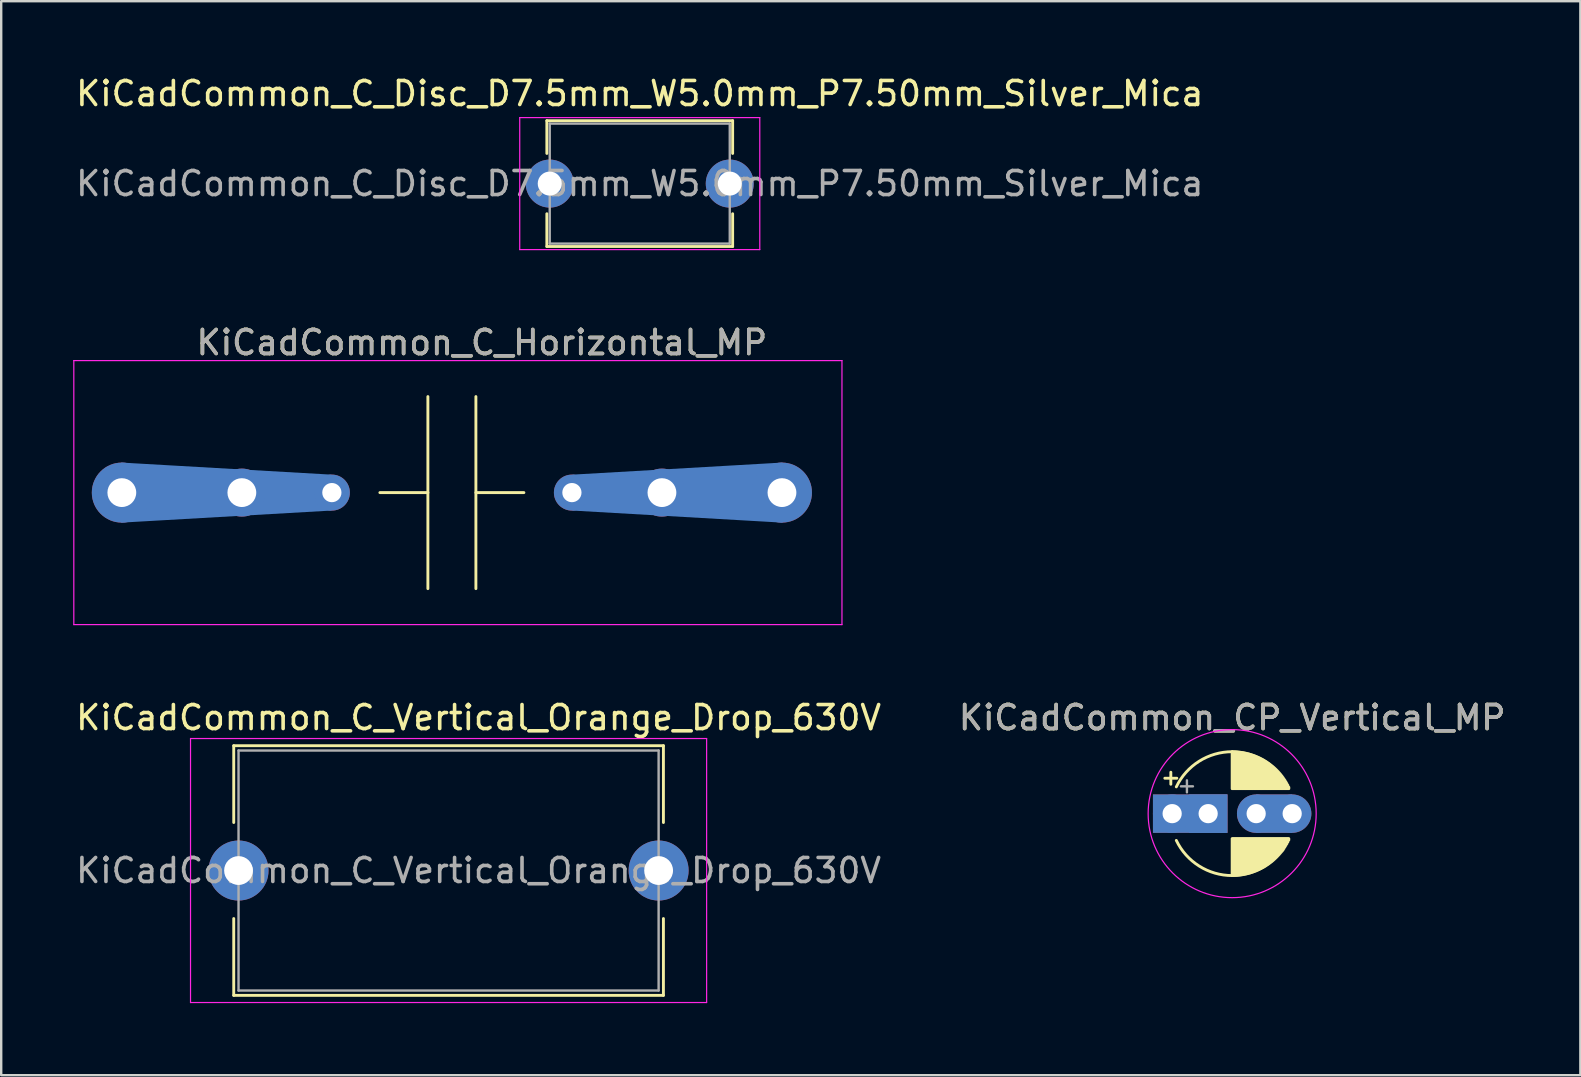
<source format=kicad_pcb>
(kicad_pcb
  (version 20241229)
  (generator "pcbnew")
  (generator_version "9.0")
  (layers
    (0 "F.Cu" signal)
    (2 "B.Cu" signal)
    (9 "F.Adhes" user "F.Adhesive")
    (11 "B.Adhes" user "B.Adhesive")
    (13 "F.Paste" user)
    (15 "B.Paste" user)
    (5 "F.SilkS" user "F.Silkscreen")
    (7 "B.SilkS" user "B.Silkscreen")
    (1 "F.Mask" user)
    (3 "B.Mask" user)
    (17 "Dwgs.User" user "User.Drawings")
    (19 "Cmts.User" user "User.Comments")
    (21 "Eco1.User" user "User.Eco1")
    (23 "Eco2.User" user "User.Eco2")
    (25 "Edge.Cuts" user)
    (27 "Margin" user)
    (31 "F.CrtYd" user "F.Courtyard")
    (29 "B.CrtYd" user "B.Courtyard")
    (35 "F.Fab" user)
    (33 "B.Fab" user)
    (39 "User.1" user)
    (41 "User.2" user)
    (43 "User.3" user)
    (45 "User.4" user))
  (footprint "KiCadCommon_CP_Vertical_MP"
    (layer "F.Cu")
    (at 47.28 30.845)
    (property "Reference" "KiCadCommon_CP_Vertical_MP" (at 1 -4 0) (layer "F.SilkS") (effects (font (size 1 1) (thickness 0.15))))
    (attr through_hole)
    (fp_poly (pts (xy 0.8 0.8) (xy -2.3 0.8) (xy -2.3 -0.8) (xy 0.8 -0.8)) (stroke (width 0) (type solid)) (fill yes) (layer "F.Cu"))
    (fp_poly (pts (xy 3.5 0.8) (xy 2 0.8) (xy 2 -0.8) (xy 3.5 -0.8)) (stroke (width 0) (type solid)) (fill yes) (layer "F.Cu"))
    (fp_poly (pts (xy 0.8 0.8) (xy -2.3 0.8) (xy -2.3 -0.8) (xy 0.8 -0.8)) (stroke (width 0) (type solid)) (fill yes) (layer "F.Mask"))
    (fp_poly (pts (xy 3.48 0.8) (xy 1.98 0.8) (xy 1.98 -0.8) (xy 3.48 -0.8)) (stroke (width 0) (type solid)) (fill yes) (layer "F.Mask"))
    (fp_poly (pts (xy 0.8 0.8) (xy -2.3 0.8) (xy -2.3 -0.8) (xy 0.8 -0.8)) (stroke (width 0) (type solid)) (fill yes) (layer "B.Cu"))
    (fp_poly (pts (xy 3.5 0.8) (xy 2 0.8) (xy 2 -0.8) (xy 3.5 -0.8)) (stroke (width 0) (type solid)) (fill yes) (layer "B.Cu"))
    (fp_line (start -1.805 -1.475) (end -1.305 -1.475) (stroke (width 0.12) (type solid)) (layer "F.SilkS"))
    (fp_line (start -1.555 -1.725) (end -1.555 -1.225) (stroke (width 0.12) (type solid)) (layer "F.SilkS"))
    (fp_line (start 1 -2.58) (end 1 -1.04) (stroke (width 0.12) (type solid)) (layer "F.SilkS"))
    (fp_line (start 1 1.04) (end 1 2.58) (stroke (width 0.12) (type solid)) (layer "F.SilkS"))
    (fp_line (start 1.04 -2.58) (end 1.04 -1.04) (stroke (width 0.12) (type solid)) (layer "F.SilkS"))
    (fp_line (start 1.04 1.04) (end 1.04 2.58) (stroke (width 0.12) (type solid)) (layer "F.SilkS"))
    (fp_line (start 1.08 -2.579) (end 1.08 -1.04) (stroke (width 0.12) (type solid)) (layer "F.SilkS"))
    (fp_line (start 1.08 1.04) (end 1.08 2.579) (stroke (width 0.12) (type solid)) (layer "F.SilkS"))
    (fp_line (start 1.12 -2.578) (end 1.12 -1.04) (stroke (width 0.12) (type solid)) (layer "F.SilkS"))
    (fp_line (start 1.12 1.04) (end 1.12 2.578) (stroke (width 0.12) (type solid)) (layer "F.SilkS"))
    (fp_line (start 1.16 -2.576) (end 1.16 -1.04) (stroke (width 0.12) (type solid)) (layer "F.SilkS"))
    (fp_line (start 1.16 1.04) (end 1.16 2.576) (stroke (width 0.12) (type solid)) (layer "F.SilkS"))
    (fp_line (start 1.2 -2.573) (end 1.2 -1.04) (stroke (width 0.12) (type solid)) (layer "F.SilkS"))
    (fp_line (start 1.2 1.04) (end 1.2 2.573) (stroke (width 0.12) (type solid)) (layer "F.SilkS"))
    (fp_line (start 1.24 -2.569) (end 1.24 -1.04) (stroke (width 0.12) (type solid)) (layer "F.SilkS"))
    (fp_line (start 1.24 1.04) (end 1.24 2.569) (stroke (width 0.12) (type solid)) (layer "F.SilkS"))
    (fp_line (start 1.28 -2.565) (end 1.28 -1.04) (stroke (width 0.12) (type solid)) (layer "F.SilkS"))
    (fp_line (start 1.28 1.04) (end 1.28 2.565) (stroke (width 0.12) (type solid)) (layer "F.SilkS"))
    (fp_line (start 1.32 -2.561) (end 1.32 -1.04) (stroke (width 0.12) (type solid)) (layer "F.SilkS"))
    (fp_line (start 1.32 1.04) (end 1.32 2.561) (stroke (width 0.12) (type solid)) (layer "F.SilkS"))
    (fp_line (start 1.36 -2.556) (end 1.36 -1.04) (stroke (width 0.12) (type solid)) (layer "F.SilkS"))
    (fp_line (start 1.36 1.04) (end 1.36 2.556) (stroke (width 0.12) (type solid)) (layer "F.SilkS"))
    (fp_line (start 1.4 -2.55) (end 1.4 -1.04) (stroke (width 0.12) (type solid)) (layer "F.SilkS"))
    (fp_line (start 1.4 1.04) (end 1.4 2.55) (stroke (width 0.12) (type solid)) (layer "F.SilkS"))
    (fp_line (start 1.44 -2.543) (end 1.44 -1.04) (stroke (width 0.12) (type solid)) (layer "F.SilkS"))
    (fp_line (start 1.44 1.04) (end 1.44 2.543) (stroke (width 0.12) (type solid)) (layer "F.SilkS"))
    (fp_line (start 1.48 -2.536) (end 1.48 -1.04) (stroke (width 0.12) (type solid)) (layer "F.SilkS"))
    (fp_line (start 1.48 1.04) (end 1.48 2.536) (stroke (width 0.12) (type solid)) (layer "F.SilkS"))
    (fp_line (start 1.52 -2.528) (end 1.52 -1.04) (stroke (width 0.12) (type solid)) (layer "F.SilkS"))
    (fp_line (start 1.52 1.04) (end 1.52 2.528) (stroke (width 0.12) (type solid)) (layer "F.SilkS"))
    (fp_line (start 1.56 -2.52) (end 1.56 -1.04) (stroke (width 0.12) (type solid)) (layer "F.SilkS"))
    (fp_line (start 1.56 1.04) (end 1.56 2.52) (stroke (width 0.12) (type solid)) (layer "F.SilkS"))
    (fp_line (start 1.6 -2.511) (end 1.6 -1.04) (stroke (width 0.12) (type solid)) (layer "F.SilkS"))
    (fp_line (start 1.6 1.04) (end 1.6 2.511) (stroke (width 0.12) (type solid)) (layer "F.SilkS"))
    (fp_line (start 1.64 -2.501) (end 1.64 -1.04) (stroke (width 0.12) (type solid)) (layer "F.SilkS"))
    (fp_line (start 1.64 1.04) (end 1.64 2.501) (stroke (width 0.12) (type solid)) (layer "F.SilkS"))
    (fp_line (start 1.68 -2.491) (end 1.68 -1.04) (stroke (width 0.12) (type solid)) (layer "F.SilkS"))
    (fp_line (start 1.68 1.04) (end 1.68 2.491) (stroke (width 0.12) (type solid)) (layer "F.SilkS"))
    (fp_line (start 1.721 -2.48) (end 1.721 -1.04) (stroke (width 0.12) (type solid)) (layer "F.SilkS"))
    (fp_line (start 1.721 1.04) (end 1.721 2.48) (stroke (width 0.12) (type solid)) (layer "F.SilkS"))
    (fp_line (start 1.761 -2.468) (end 1.761 -1.04) (stroke (width 0.12) (type solid)) (layer "F.SilkS"))
    (fp_line (start 1.761 1.04) (end 1.761 2.468) (stroke (width 0.12) (type solid)) (layer "F.SilkS"))
    (fp_line (start 1.801 -2.455) (end 1.801 -1.04) (stroke (width 0.12) (type solid)) (layer "F.SilkS"))
    (fp_line (start 1.801 1.04) (end 1.801 2.455) (stroke (width 0.12) (type solid)) (layer "F.SilkS"))
    (fp_line (start 1.841 -2.442) (end 1.841 -1.04) (stroke (width 0.12) (type solid)) (layer "F.SilkS"))
    (fp_line (start 1.841 1.04) (end 1.841 2.442) (stroke (width 0.12) (type solid)) (layer "F.SilkS"))
    (fp_line (start 1.881 -2.428) (end 1.881 -1.04) (stroke (width 0.12) (type solid)) (layer "F.SilkS"))
    (fp_line (start 1.881 1.04) (end 1.881 2.428) (stroke (width 0.12) (type solid)) (layer "F.SilkS"))
    (fp_line (start 1.921 -2.414) (end 1.921 -1.04) (stroke (width 0.12) (type solid)) (layer "F.SilkS"))
    (fp_line (start 1.921 1.04) (end 1.921 2.414) (stroke (width 0.12) (type solid)) (layer "F.SilkS"))
    (fp_line (start 1.961 -2.398) (end 1.961 -1.04) (stroke (width 0.12) (type solid)) (layer "F.SilkS"))
    (fp_line (start 1.961 1.04) (end 1.961 2.398) (stroke (width 0.12) (type solid)) (layer "F.SilkS"))
    (fp_line (start 2.001 -2.382) (end 2.001 -1.04) (stroke (width 0.12) (type solid)) (layer "F.SilkS"))
    (fp_line (start 2.001 1.04) (end 2.001 2.382) (stroke (width 0.12) (type solid)) (layer "F.SilkS"))
    (fp_line (start 2.041 -2.365) (end 2.041 -1.04) (stroke (width 0.12) (type solid)) (layer "F.SilkS"))
    (fp_line (start 2.041 1.04) (end 2.041 2.365) (stroke (width 0.12) (type solid)) (layer "F.SilkS"))
    (fp_line (start 2.081 -2.348) (end 2.081 -1.04) (stroke (width 0.12) (type solid)) (layer "F.SilkS"))
    (fp_line (start 2.081 1.04) (end 2.081 2.348) (stroke (width 0.12) (type solid)) (layer "F.SilkS"))
    (fp_line (start 2.121 -2.329) (end 2.121 -1.04) (stroke (width 0.12) (type solid)) (layer "F.SilkS"))
    (fp_line (start 2.121 1.04) (end 2.121 2.329) (stroke (width 0.12) (type solid)) (layer "F.SilkS"))
    (fp_line (start 2.161 -2.31) (end 2.161 -1.04) (stroke (width 0.12) (type solid)) (layer "F.SilkS"))
    (fp_line (start 2.161 1.04) (end 2.161 2.31) (stroke (width 0.12) (type solid)) (layer "F.SilkS"))
    (fp_line (start 2.201 -2.29) (end 2.201 -1.04) (stroke (width 0.12) (type solid)) (layer "F.SilkS"))
    (fp_line (start 2.201 1.04) (end 2.201 2.29) (stroke (width 0.12) (type solid)) (layer "F.SilkS"))
    (fp_line (start 2.241 -2.268) (end 2.241 -1.04) (stroke (width 0.12) (type solid)) (layer "F.SilkS"))
    (fp_line (start 2.241 1.04) (end 2.241 2.268) (stroke (width 0.12) (type solid)) (layer "F.SilkS"))
    (fp_line (start 2.281 -2.247) (end 2.281 -1.04) (stroke (width 0.12) (type solid)) (layer "F.SilkS"))
    (fp_line (start 2.281 1.04) (end 2.281 2.247) (stroke (width 0.12) (type solid)) (layer "F.SilkS"))
    (fp_line (start 2.321 -2.224) (end 2.321 -1.04) (stroke (width 0.12) (type solid)) (layer "F.SilkS"))
    (fp_line (start 2.321 1.04) (end 2.321 2.224) (stroke (width 0.12) (type solid)) (layer "F.SilkS"))
    (fp_line (start 2.361 -2.2) (end 2.361 -1.04) (stroke (width 0.12) (type solid)) (layer "F.SilkS"))
    (fp_line (start 2.361 1.04) (end 2.361 2.2) (stroke (width 0.12) (type solid)) (layer "F.SilkS"))
    (fp_line (start 2.401 -2.175) (end 2.401 -1.04) (stroke (width 0.12) (type solid)) (layer "F.SilkS"))
    (fp_line (start 2.401 1.04) (end 2.401 2.175) (stroke (width 0.12) (type solid)) (layer "F.SilkS"))
    (fp_line (start 2.441 -2.149) (end 2.441 -1.04) (stroke (width 0.12) (type solid)) (layer "F.SilkS"))
    (fp_line (start 2.441 1.04) (end 2.441 2.149) (stroke (width 0.12) (type solid)) (layer "F.SilkS"))
    (fp_line (start 2.481 -2.122) (end 2.481 -1.04) (stroke (width 0.12) (type solid)) (layer "F.SilkS"))
    (fp_line (start 2.481 1.04) (end 2.481 2.122) (stroke (width 0.12) (type solid)) (layer "F.SilkS"))
    (fp_line (start 2.521 -2.095) (end 2.521 -1.04) (stroke (width 0.12) (type solid)) (layer "F.SilkS"))
    (fp_line (start 2.521 1.04) (end 2.521 2.095) (stroke (width 0.12) (type solid)) (layer "F.SilkS"))
    (fp_line (start 2.561 -2.065) (end 2.561 -1.04) (stroke (width 0.12) (type solid)) (layer "F.SilkS"))
    (fp_line (start 2.561 1.04) (end 2.561 2.065) (stroke (width 0.12) (type solid)) (layer "F.SilkS"))
    (fp_line (start 2.601 -2.035) (end 2.601 -1.04) (stroke (width 0.12) (type solid)) (layer "F.SilkS"))
    (fp_line (start 2.601 1.04) (end 2.601 2.035) (stroke (width 0.12) (type solid)) (layer "F.SilkS"))
    (fp_line (start 2.641 -2.004) (end 2.641 -1.04) (stroke (width 0.12) (type solid)) (layer "F.SilkS"))
    (fp_line (start 2.641 1.04) (end 2.641 2.004) (stroke (width 0.12) (type solid)) (layer "F.SilkS"))
    (fp_line (start 2.681 -1.971) (end 2.681 -1.04) (stroke (width 0.12) (type solid)) (layer "F.SilkS"))
    (fp_line (start 2.681 1.04) (end 2.681 1.971) (stroke (width 0.12) (type solid)) (layer "F.SilkS"))
    (fp_line (start 2.721 -1.937) (end 2.721 -1.04) (stroke (width 0.12) (type solid)) (layer "F.SilkS"))
    (fp_line (start 2.721 1.04) (end 2.721 1.937) (stroke (width 0.12) (type solid)) (layer "F.SilkS"))
    (fp_line (start 2.761 -1.901) (end 2.761 -1.04) (stroke (width 0.12) (type solid)) (layer "F.SilkS"))
    (fp_line (start 2.761 1.04) (end 2.761 1.901) (stroke (width 0.12) (type solid)) (layer "F.SilkS"))
    (fp_line (start 2.801 -1.864) (end 2.801 -1.04) (stroke (width 0.12) (type solid)) (layer "F.SilkS"))
    (fp_line (start 2.801 1.04) (end 2.801 1.864) (stroke (width 0.12) (type solid)) (layer "F.SilkS"))
    (fp_line (start 2.841 -1.826) (end 2.841 -1.04) (stroke (width 0.12) (type solid)) (layer "F.SilkS"))
    (fp_line (start 2.841 1.04) (end 2.841 1.826) (stroke (width 0.12) (type solid)) (layer "F.SilkS"))
    (fp_line (start 2.881 -1.785) (end 2.881 -1.04) (stroke (width 0.12) (type solid)) (layer "F.SilkS"))
    (fp_line (start 2.881 1.04) (end 2.881 1.785) (stroke (width 0.12) (type solid)) (layer "F.SilkS"))
    (fp_line (start 2.921 -1.743) (end 2.921 -1.04) (stroke (width 0.12) (type solid)) (layer "F.SilkS"))
    (fp_line (start 2.921 1.04) (end 2.921 1.743) (stroke (width 0.12) (type solid)) (layer "F.SilkS"))
    (fp_line (start 2.961 -1.699) (end 2.961 -1.04) (stroke (width 0.12) (type solid)) (layer "F.SilkS"))
    (fp_line (start 2.961 1.04) (end 2.961 1.699) (stroke (width 0.12) (type solid)) (layer "F.SilkS"))
    (fp_line (start 3.001 -1.653) (end 3.001 -1.04) (stroke (width 0.12) (type solid)) (layer "F.SilkS"))
    (fp_line (start 3.001 1.04) (end 3.001 1.653) (stroke (width 0.12) (type solid)) (layer "F.SilkS"))
    (fp_line (start 3.04 1.04) (end 3.04 1.607) (stroke (width 0.12) (type solid)) (layer "F.SilkS"))
    (fp_line (start 3.041 -1.605) (end 3.041 -1.04) (stroke (width 0.12) (type solid)) (layer "F.SilkS"))
    (fp_line (start 3.08 1.04) (end 3.08 1.561) (stroke (width 0.12) (type solid)) (layer "F.SilkS"))
    (fp_line (start 3.081 -1.554) (end 3.081 -1.04) (stroke (width 0.12) (type solid)) (layer "F.SilkS"))
    (fp_line (start 3.12 1.04) (end 3.12 1.515) (stroke (width 0.12) (type solid)) (layer "F.SilkS"))
    (fp_line (start 3.121 -1.5) (end 3.121 -1.04) (stroke (width 0.12) (type solid)) (layer "F.SilkS"))
    (fp_line (start 3.16 1.04) (end 3.16 1.45) (stroke (width 0.12) (type solid)) (layer "F.SilkS"))
    (fp_line (start 3.161 -1.443) (end 3.161 -1.04) (stroke (width 0.12) (type solid)) (layer "F.SilkS"))
    (fp_line (start 3.2 1.04) (end 3.2 1.383) (stroke (width 0.12) (type solid)) (layer "F.SilkS"))
    (fp_line (start 3.201 -1.383) (end 3.201 -1.04) (stroke (width 0.12) (type solid)) (layer "F.SilkS"))
    (fp_line (start 3.24 1.04) (end 3.24 1.319) (stroke (width 0.12) (type solid)) (layer "F.SilkS"))
    (fp_line (start 3.241 -1.319) (end 3.241 -1.04) (stroke (width 0.12) (type solid)) (layer "F.SilkS"))
    (fp_line (start 3.28 1.04) (end 3.28 1.251) (stroke (width 0.12) (type solid)) (layer "F.SilkS"))
    (fp_line (start 3.281 -1.251) (end 3.281 -1.04) (stroke (width 0.12) (type solid)) (layer "F.SilkS"))
    (fp_line (start 3.32 1.04) (end 3.32 1.178) (stroke (width 0.12) (type solid)) (layer "F.SilkS"))
    (fp_line (start 3.321 -1.178) (end 3.321 -1.04) (stroke (width 0.12) (type solid)) (layer "F.SilkS"))
    (fp_line (start 3.36 1.04) (end 3.36 1.098) (stroke (width 0.12) (type solid)) (layer "F.SilkS"))
    (fp_line (start 3.361 -1.098) (end 3.361 -1.04) (stroke (width 0.12) (type solid)) (layer "F.SilkS"))
    (fp_arc (start -1.326388 -1.11549) (mid -0.374488 -2.183388) (end 1 -2.58) (stroke (width 0.12) (type solid)) (layer "F.SilkS"))
    (fp_arc (start 1 2.58) (mid -0.374821 2.183178) (end -1.326728 1.114781) (stroke (width 0.12) (type solid)) (layer "F.SilkS"))
    (fp_circle (center 1 0) (end 4.5 0) (stroke (width 0.05) (type solid)) (fill no) (layer "F.CrtYd"))
    (fp_line (start -1.134 -1.137) (end -0.634 -1.137) (stroke (width 0.1) (type solid)) (layer "F.Fab"))
    (fp_line (start -0.884 -1.387) (end -0.884 -0.887) (stroke (width 0.1) (type solid)) (layer "F.Fab"))
    (fp_text user "${REFERENCE}" (at 1 -4 0) (layer "F.Fab") (effects (font (size 1 1) (thickness 0.15))))
    (pad "" thru_hole rect (at 0 0) (size 1.6 1.6) (drill 0.8) (layers "*.Cu" "*.Mask"))
    (pad "" thru_hole circle (at 2 0) (size 1.6 1.6) (drill 0.8) (layers "*.Cu" "*.Mask"))
    (pad "1" thru_hole circle (at -1.5 0) (size 1.6 1.6) (drill 0.8) (layers "*.Cu" "*.Mask"))
    (pad "2" thru_hole circle (at 3.5 0) (size 1.6 1.6) (drill 0.8) (layers "*.Cu" "*.Mask")))
  (footprint "KiCadCommon_C_Disc_D7.5mm_W5.0mm_P7.50mm_Silver_Mica"
    (layer "F.Cu")
    (at 19.851 4.598)
    (property "Reference" "KiCadCommon_C_Disc_D7.5mm_W5.0mm_P7.50mm_Silver_Mica" (at 3.75 -3.75 0) (layer "F.SilkS") (effects (font (size 1 1) (thickness 0.15))))
    (attr through_hole)
    (fp_line (start -0.12 -2.62) (end -0.12 -1.256) (stroke (width 0.12) (type solid)) (layer "F.SilkS"))
    (fp_line (start -0.12 -2.62) (end 7.62 -2.62) (stroke (width 0.12) (type solid)) (layer "F.SilkS"))
    (fp_line (start -0.12 1.256) (end -0.12 2.62) (stroke (width 0.12) (type solid)) (layer "F.SilkS"))
    (fp_line (start -0.12 2.62) (end 7.62 2.62) (stroke (width 0.12) (type solid)) (layer "F.SilkS"))
    (fp_line (start 7.62 -2.62) (end 7.62 -1.256) (stroke (width 0.12) (type solid)) (layer "F.SilkS"))
    (fp_line (start 7.62 1.256) (end 7.62 2.62) (stroke (width 0.12) (type solid)) (layer "F.SilkS"))
    (fp_line (start -1.25 -2.75) (end -1.25 2.75) (stroke (width 0.05) (type solid)) (layer "F.CrtYd"))
    (fp_line (start -1.25 2.75) (end 8.75 2.75) (stroke (width 0.05) (type solid)) (layer "F.CrtYd"))
    (fp_line (start 8.75 -2.75) (end -1.25 -2.75) (stroke (width 0.05) (type solid)) (layer "F.CrtYd"))
    (fp_line (start 8.75 2.75) (end 8.75 -2.75) (stroke (width 0.05) (type solid)) (layer "F.CrtYd"))
    (fp_line (start 0 -2.5) (end 0 2.5) (stroke (width 0.1) (type solid)) (layer "F.Fab"))
    (fp_line (start 0 2.5) (end 7.5 2.5) (stroke (width 0.1) (type solid)) (layer "F.Fab"))
    (fp_line (start 7.5 -2.5) (end 0 -2.5) (stroke (width 0.1) (type solid)) (layer "F.Fab"))
    (fp_line (start 7.5 2.5) (end 7.5 -2.5) (stroke (width 0.1) (type solid)) (layer "F.Fab"))
    (fp_text user "${REFERENCE}" (at 3.75 0 0) (layer "F.Fab") (effects (font (size 1 1) (thickness 0.15))))
    (pad "1" thru_hole circle (at 0 0) (size 2 2) (drill 1) (layers "*.Cu" "*.Mask"))
    (pad "2" thru_hole circle (at 7.5 0) (size 2 2) (drill 1) (layers "*.Cu" "*.Mask")))
  (footprint "KiCadCommon_C_Vertical_Orange_Drop_630V"
    (layer "F.Cu")
    (at 6.887 33.215)
    (property "Reference" "KiCadCommon_C_Vertical_Orange_Drop_630V" (at 10 -6.37 0) (layer "F.SilkS") (effects (font (size 1 1) (thickness 0.15))))
    (attr through_hole)
    (fp_line (start -0.2 -2) (end -0.2 -5.2) (stroke (width 0.12) (type solid)) (layer "F.SilkS"))
    (fp_line (start -0.2 5.2) (end -0.2 2) (stroke (width 0.12) (type solid)) (layer "F.SilkS"))
    (fp_line (start -0.2 5.2) (end 17.7 5.2) (stroke (width 0.12) (type solid)) (layer "F.SilkS"))
    (fp_line (start 17.7 -5.2) (end -0.2 -5.2) (stroke (width 0.12) (type solid)) (layer "F.SilkS"))
    (fp_line (start 17.7 -2) (end 17.7 -5.2) (stroke (width 0.12) (type solid)) (layer "F.SilkS"))
    (fp_line (start 17.7 5.2) (end 17.7 2) (stroke (width 0.12) (type solid)) (layer "F.SilkS"))
    (fp_line (start -2 -5.5) (end -2 5.5) (stroke (width 0.05) (type solid)) (layer "F.CrtYd"))
    (fp_line (start -2 5.5) (end 19.5 5.5) (stroke (width 0.05) (type solid)) (layer "F.CrtYd"))
    (fp_line (start 19.5 -5.5) (end -2 -5.5) (stroke (width 0.05) (type solid)) (layer "F.CrtYd"))
    (fp_line (start 19.5 5.5) (end 19.5 -5.5) (stroke (width 0.05) (type solid)) (layer "F.CrtYd"))
    (fp_line (start 0 5) (end 0 -5) (stroke (width 0.1) (type solid)) (layer "F.Fab"))
    (fp_line (start 0 5) (end 17.5 5) (stroke (width 0.1) (type solid)) (layer "F.Fab"))
    (fp_line (start 17.5 -5) (end 0 -5) (stroke (width 0.1) (type solid)) (layer "F.Fab"))
    (fp_line (start 17.5 5) (end 17.5 -5) (stroke (width 0.1) (type solid)) (layer "F.Fab"))
    (fp_text user "${REFERENCE}" (at 10 0 0) (layer "F.Fab") (effects (font (size 1 1) (thickness 0.15))))
    (pad "1" thru_hole circle (at 0 0) (size 2.5 2.5) (drill 1.2) (layers "*.Cu" "*.Mask"))
    (pad "2" thru_hole circle (at 17.5 0) (size 2.5 2.5) (drill 1.2) (layers "*.Cu" "*.Mask")))
  (footprint "KiCadCommon_C_Horizontal_MP"
    (layer "F.Cu")
    (at 2.025 17.471)
    (property "Reference" "KiCadCommon_C_Horizontal_MP" (at 15 -6.25 0) (layer "F.SilkS") (effects (font (size 1 1) (thickness 0.15))))
    (attr through_hole)
    (fp_poly (pts (xy 0 1.2) (xy 8.7 0.7) (xy 8.7 -0.7) (xy 0 -1.2)) (stroke (width 0.1) (type solid)) (fill yes) (layer "B.Cu"))
    (fp_poly (pts (xy 27.5 1.2) (xy 18.8 0.7) (xy 18.8 -0.7) (xy 27.5 -1.2)) (stroke (width 0.1) (type solid)) (fill yes) (layer "B.Cu"))
    (fp_line (start 12.75 -4) (end 12.75 4) (stroke (width 0.12) (type solid)) (layer "F.SilkS"))
    (fp_line (start 12.75 0) (end 10.75 0) (stroke (width 0.12) (type solid)) (layer "F.SilkS"))
    (fp_line (start 14.75 -4) (end 14.75 4) (stroke (width 0.12) (type solid)) (layer "F.SilkS"))
    (fp_line (start 14.75 0) (end 16.75 0) (stroke (width 0.12) (type solid)) (layer "F.SilkS"))
    (fp_line (start -2 -5.5) (end -2 5.5) (stroke (width 0.05) (type solid)) (layer "F.CrtYd"))
    (fp_line (start -2 5.5) (end 30 5.5) (stroke (width 0.05) (type solid)) (layer "F.CrtYd"))
    (fp_line (start 30 -5.5) (end -2 -5.5) (stroke (width 0.05) (type solid)) (layer "F.CrtYd"))
    (fp_line (start 30 5.5) (end 30 -5.5) (stroke (width 0.05) (type solid)) (layer "F.CrtYd"))
    (fp_text user "${REFERENCE}" (at 15 -6.25 0) (layer "F.Fab") (effects (font (size 1 1) (thickness 0.15))))
    (pad "" thru_hole circle (at 5 0) (size 2 2) (drill 1.2) (layers "*.Cu" "*.Mask"))
    (pad "" thru_hole circle (at 8.75 0) (size 1.5 1.5) (drill 0.8) (layers "*.Cu" "*.Mask"))
    (pad "" thru_hole circle (at 18.75 0) (size 1.5 1.5) (drill 0.8) (layers "*.Cu" "*.Mask"))
    (pad "" thru_hole circle (at 22.5 0) (size 2 2) (drill 1.2) (layers "*.Cu" "*.Mask"))
    (pad "1" thru_hole circle (at 0 0) (size 2.5 2.5) (drill 1.2) (layers "*.Cu" "*.Mask"))
    (pad "2" thru_hole circle (at 27.5 0) (size 2.5 2.5) (drill 1.2) (layers "*.Cu" "*.Mask")))
  (gr_rect
    (start -3 -3)
    (end 62.786 41.74)
    (stroke (width 0.1) (type default))
    (fill no)
    (layer "Edge.Cuts")))
</source>
